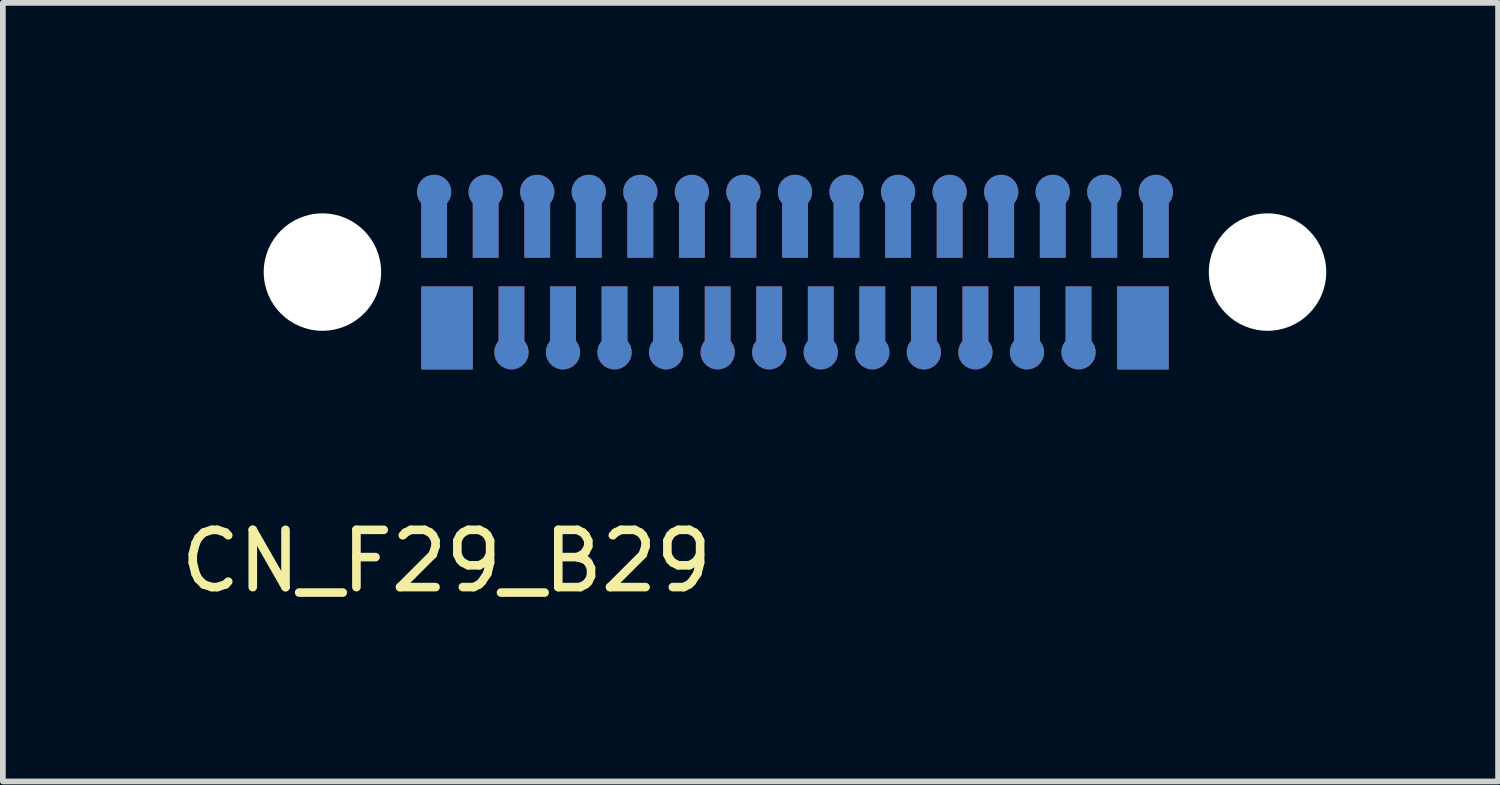
<source format=kicad_pcb>
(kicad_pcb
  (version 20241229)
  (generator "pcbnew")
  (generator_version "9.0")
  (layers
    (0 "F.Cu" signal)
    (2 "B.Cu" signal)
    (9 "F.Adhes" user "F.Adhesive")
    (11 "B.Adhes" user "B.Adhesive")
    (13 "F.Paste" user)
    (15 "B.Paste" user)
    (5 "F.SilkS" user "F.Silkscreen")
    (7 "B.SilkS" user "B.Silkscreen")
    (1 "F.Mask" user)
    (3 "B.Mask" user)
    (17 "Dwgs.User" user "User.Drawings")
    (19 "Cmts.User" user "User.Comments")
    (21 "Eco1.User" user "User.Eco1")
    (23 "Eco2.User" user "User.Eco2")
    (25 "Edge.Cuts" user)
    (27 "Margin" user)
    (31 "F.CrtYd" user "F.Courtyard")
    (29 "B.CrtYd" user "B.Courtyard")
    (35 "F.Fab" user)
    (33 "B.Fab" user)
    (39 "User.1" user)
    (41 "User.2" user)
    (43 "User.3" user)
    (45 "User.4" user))
  (footprint "CN_F29_B29"
    (layer "F.Cu")
    (at 4.754 2.675)
    (property "Reference" "CN_F29_B29" (at -0.01 4.07 0) (layer "F.SilkS") (effects (font (size 1 1) (thickness 0.15))))
    (attr smd)
    (pad "" np_thru_hole circle (at -2.175 -0.975) (size 2.05 2.05) (drill 2.05) (layers "*.Cu" "*.Mask"))
    (pad "" np_thru_hole circle (at 14.325 -0.975) (size 2.05 2.05) (drill 2.05) (layers "*.Cu" "*.Mask"))
    (pad "B1" smd rect (at 0 0) (size 0.9 1.45) (layers "B.Cu" "B.Mask"))
    (pad "B2" smd custom (at -0.225 -1.8) (size 0.45 1.15) (layers "B.Cu" "B.Mask") (options (anchor rect)) (primitives (gr_circle (center 0 -0.575) (end 0.3 -0.575) (width 0) (fill yes))))
    (pad "B3" smd custom (at 1.125 -0.15 180) (size 0.45 1.15) (layers "B.Cu" "B.Mask") (options (anchor rect)) (primitives (gr_circle (center 0 -0.575) (end 0.3 -0.575) (width 0) (fill yes))))
    (pad "B4" smd custom (at 0.675 -1.8) (size 0.45 1.15) (layers "B.Cu" "B.Mask") (options (anchor rect)) (primitives (gr_circle (center 0 -0.575) (end 0.3 -0.575) (width 0) (fill yes))))
    (pad "B5" smd custom (at 2.025 -0.15 180) (size 0.45 1.15) (layers "B.Cu" "B.Mask") (options (anchor rect)) (primitives (gr_circle (center 0 -0.575) (end 0.3 -0.575) (width 0) (fill yes))))
    (pad "B6" smd custom (at 1.575 -1.8) (size 0.45 1.15) (layers "B.Cu" "B.Mask") (options (anchor rect)) (primitives (gr_circle (center 0 -0.575) (end 0.3 -0.575) (width 0) (fill yes))))
    (pad "B7" smd custom (at 2.925 -0.15 180) (size 0.45 1.15) (layers "B.Cu" "B.Mask") (options (anchor rect)) (primitives (gr_circle (center 0 -0.575) (end 0.3 -0.575) (width 0) (fill yes))))
    (pad "B8" smd custom (at 2.475 -1.8) (size 0.45 1.15) (layers "B.Cu" "B.Mask") (options (anchor rect)) (primitives (gr_circle (center 0 -0.575) (end 0.3 -0.575) (width 0) (fill yes))))
    (pad "B9" smd custom (at 3.825 -0.15 180) (size 0.45 1.15) (layers "B.Cu" "B.Mask") (options (anchor rect)) (primitives (gr_circle (center 0 -0.575) (end 0.3 -0.575) (width 0) (fill yes))))
    (pad "B10" smd custom (at 3.375 -1.8) (size 0.45 1.15) (layers "B.Cu" "B.Mask") (options (anchor rect)) (primitives (gr_circle (center 0 -0.575) (end 0.3 -0.575) (width 0) (fill yes))))
    (pad "B11" smd custom (at 4.725 -0.15 180) (size 0.45 1.15) (layers "B.Cu" "B.Mask") (options (anchor rect)) (primitives (gr_circle (center 0 -0.575) (end 0.3 -0.575) (width 0) (fill yes))))
    (pad "B12" smd custom (at 4.275 -1.8) (size 0.45 1.15) (layers "B.Cu" "B.Mask") (options (anchor rect)) (primitives (gr_circle (center 0 -0.575) (end 0.3 -0.575) (width 0) (fill yes))))
    (pad "B13" smd custom (at 5.625 -0.15 180) (size 0.45 1.15) (layers "B.Cu" "B.Mask") (options (anchor rect)) (primitives (gr_circle (center 0 -0.575) (end 0.3 -0.575) (width 0) (fill yes))))
    (pad "B14" smd custom (at 5.175 -1.8) (size 0.45 1.15) (layers "B.Cu" "B.Mask") (options (anchor rect)) (primitives (gr_circle (center 0 -0.575) (end 0.3 -0.575) (width 0) (fill yes))))
    (pad "B15" smd custom (at 6.525 -0.15 180) (size 0.45 1.15) (layers "B.Cu" "B.Mask") (options (anchor rect)) (primitives (gr_circle (center 0 -0.575) (end 0.3 -0.575) (width 0) (fill yes))))
    (pad "B16" smd custom (at 6.075 -1.8) (size 0.45 1.15) (layers "B.Cu" "B.Mask") (options (anchor rect)) (primitives (gr_circle (center 0 -0.575) (end 0.3 -0.575) (width 0) (fill yes))))
    (pad "B17" smd custom (at 7.425 -0.15 180) (size 0.45 1.15) (layers "B.Cu" "B.Mask") (options (anchor rect)) (primitives (gr_circle (center 0 -0.575) (end 0.3 -0.575) (width 0) (fill yes))))
    (pad "B18" smd custom (at 6.975 -1.8) (size 0.45 1.15) (layers "B.Cu" "B.Mask") (options (anchor rect)) (primitives (gr_circle (center 0 -0.575) (end 0.3 -0.575) (width 0) (fill yes))))
    (pad "B19" smd custom (at 8.325 -0.15 180) (size 0.45 1.15) (layers "B.Cu" "B.Mask") (options (anchor rect)) (primitives (gr_circle (center 0 -0.575) (end 0.3 -0.575) (width 0) (fill yes))))
    (pad "B20" smd custom (at 7.875 -1.8) (size 0.45 1.15) (layers "B.Cu" "B.Mask") (options (anchor rect)) (primitives (gr_circle (center 0 -0.575) (end 0.3 -0.575) (width 0) (fill yes))))
    (pad "B21" smd custom (at 9.225 -0.15 180) (size 0.45 1.15) (layers "B.Cu" "B.Mask") (options (anchor rect)) (primitives (gr_circle (center 0 -0.575) (end 0.3 -0.575) (width 0) (fill yes))))
    (pad "B22" smd custom (at 8.775 -1.8) (size 0.45 1.15) (layers "B.Cu" "B.Mask") (options (anchor rect)) (primitives (gr_circle (center 0 -0.575) (end 0.3 -0.575) (width 0) (fill yes))))
    (pad "B23" smd custom (at 10.125 -0.15 180) (size 0.45 1.15) (layers "B.Cu" "B.Mask") (options (anchor rect)) (primitives (gr_circle (center 0 -0.575) (end 0.3 -0.575) (width 0) (fill yes))))
    (pad "B24" smd custom (at 9.675 -1.8) (size 0.45 1.15) (layers "B.Cu" "B.Mask") (options (anchor rect)) (primitives (gr_circle (center 0 -0.575) (end 0.3 -0.575) (width 0) (fill yes))))
    (pad "B25" smd custom (at 11.025 -0.15 180) (size 0.45 1.15) (layers "B.Cu" "B.Mask") (options (anchor rect)) (primitives (gr_circle (center 0 -0.575) (end 0.3 -0.575) (width 0) (fill yes))))
    (pad "B26" smd custom (at 10.575 -1.8) (size 0.45 1.15) (layers "B.Cu" "B.Mask") (options (anchor rect)) (primitives (gr_circle (center 0 -0.575) (end 0.3 -0.575) (width 0) (fill yes))))
    (pad "B27" smd rect (at 12.15 0) (size 0.9 1.45) (layers "B.Cu" "B.Mask"))
    (pad "B28" smd custom (at 11.475 -1.8) (size 0.45 1.15) (layers "B.Cu" "B.Mask") (options (anchor rect)) (primitives (gr_circle (center 0 -0.575) (end 0.3 -0.575) (width 0) (fill yes))))
    (pad "B29" smd custom (at 12.375 -1.8) (size 0.45 1.15) (layers "B.Cu" "B.Mask") (options (anchor rect)) (primitives (gr_circle (center 0 -0.575) (end 0.3 -0.575) (width 0) (fill yes))))
    (pad "F1" smd rect (at 0 0) (size 0.9 1.45) (layers "F.Cu" "F.Mask"))
    (pad "F2" smd custom (at -0.225 -1.8) (size 0.45 1.15) (layers "F.Cu" "F.Mask") (options (anchor rect)) (primitives (gr_circle (center 0 -0.575) (end 0.3 -0.575) (width 0) (fill yes))))
    (pad "F3" smd custom (at 1.125 -0.15 180) (size 0.45 1.15) (layers "F.Cu" "F.Mask") (options (anchor rect)) (primitives (gr_circle (center 0 -0.575) (end 0.3 -0.575) (width 0) (fill yes))))
    (pad "F4" smd custom (at 0.675 -1.8) (size 0.45 1.15) (layers "F.Cu" "F.Mask") (options (anchor rect)) (primitives (gr_circle (center 0 -0.575) (end 0.3 -0.575) (width 0) (fill yes))))
    (pad "F5" smd custom (at 2.025 -0.15 180) (size 0.45 1.15) (layers "F.Cu" "F.Mask") (options (anchor rect)) (primitives (gr_circle (center 0 -0.575) (end 0.3 -0.575) (width 0) (fill yes))))
    (pad "F6" smd custom (at 1.575 -1.8) (size 0.45 1.15) (layers "F.Cu" "F.Mask") (options (anchor rect)) (primitives (gr_circle (center 0 -0.575) (end 0.3 -0.575) (width 0) (fill yes))))
    (pad "F7" smd custom (at 2.925 -0.15 180) (size 0.45 1.15) (layers "F.Cu" "F.Mask") (options (anchor rect)) (primitives (gr_circle (center 0 -0.575) (end 0.3 -0.575) (width 0) (fill yes))))
    (pad "F8" smd custom (at 2.475 -1.8) (size 0.45 1.15) (layers "F.Cu" "F.Mask") (options (anchor rect)) (primitives (gr_circle (center 0 -0.575) (end 0.3 -0.575) (width 0) (fill yes))))
    (pad "F9" smd custom (at 3.825 -0.15 180) (size 0.45 1.15) (layers "F.Cu" "F.Mask") (options (anchor rect)) (primitives (gr_circle (center 0 -0.575) (end 0.3 -0.575) (width 0) (fill yes))))
    (pad "F10" smd custom (at 3.375 -1.8) (size 0.45 1.15) (layers "F.Cu" "F.Mask") (options (anchor rect)) (primitives (gr_circle (center 0 -0.575) (end 0.3 -0.575) (width 0) (fill yes))))
    (pad "F11" smd custom (at 4.725 -0.15 180) (size 0.45 1.15) (layers "F.Cu" "F.Mask") (options (anchor rect)) (primitives (gr_circle (center 0 -0.575) (end 0.3 -0.575) (width 0) (fill yes))))
    (pad "F12" smd custom (at 4.275 -1.8) (size 0.45 1.15) (layers "F.Cu" "F.Mask") (options (anchor rect)) (primitives (gr_circle (center 0 -0.575) (end 0.3 -0.575) (width 0) (fill yes))))
    (pad "F13" smd custom (at 5.625 -0.15 180) (size 0.45 1.15) (layers "F.Cu" "F.Mask") (options (anchor rect)) (primitives (gr_circle (center 0 -0.575) (end 0.3 -0.575) (width 0) (fill yes))))
    (pad "F14" smd custom (at 5.175 -1.8) (size 0.45 1.15) (layers "F.Cu" "F.Mask") (options (anchor rect)) (primitives (gr_circle (center 0 -0.575) (end 0.3 -0.575) (width 0) (fill yes))))
    (pad "F15" smd custom (at 6.525 -0.15 180) (size 0.45 1.15) (layers "F.Cu" "F.Mask") (options (anchor rect)) (primitives (gr_circle (center 0 -0.575) (end 0.3 -0.575) (width 0) (fill yes))))
    (pad "F16" smd custom (at 6.075 -1.8) (size 0.45 1.15) (layers "F.Cu" "F.Mask") (options (anchor rect)) (primitives (gr_circle (center 0 -0.575) (end 0.3 -0.575) (width 0) (fill yes))))
    (pad "F17" smd custom (at 7.425 -0.15 180) (size 0.45 1.15) (layers "F.Cu" "F.Mask") (options (anchor rect)) (primitives (gr_circle (center 0 -0.575) (end 0.3 -0.575) (width 0) (fill yes))))
    (pad "F18" smd custom (at 6.975 -1.8) (size 0.45 1.15) (layers "F.Cu" "F.Mask") (options (anchor rect)) (primitives (gr_circle (center 0 -0.575) (end 0.3 -0.575) (width 0) (fill yes))))
    (pad "F19" smd custom (at 8.325 -0.15 180) (size 0.45 1.15) (layers "F.Cu" "F.Mask") (options (anchor rect)) (primitives (gr_circle (center 0 -0.575) (end 0.3 -0.575) (width 0) (fill yes))))
    (pad "F20" smd custom (at 7.875 -1.8) (size 0.45 1.15) (layers "F.Cu" "F.Mask") (options (anchor rect)) (primitives (gr_circle (center 0 -0.575) (end 0.3 -0.575) (width 0) (fill yes))))
    (pad "F21" smd custom (at 9.225 -0.15 180) (size 0.45 1.15) (layers "F.Cu" "F.Mask") (options (anchor rect)) (primitives (gr_circle (center 0 -0.575) (end 0.3 -0.575) (width 0) (fill yes))))
    (pad "F22" smd custom (at 8.775 -1.8) (size 0.45 1.15) (layers "F.Cu" "F.Mask") (options (anchor rect)) (primitives (gr_circle (center 0 -0.575) (end 0.3 -0.575) (width 0) (fill yes))))
    (pad "F23" smd custom (at 10.125 -0.15 180) (size 0.45 1.15) (layers "F.Cu" "F.Mask") (options (anchor rect)) (primitives (gr_circle (center 0 -0.575) (end 0.3 -0.575) (width 0) (fill yes))))
    (pad "F24" smd custom (at 9.675 -1.8) (size 0.45 1.15) (layers "F.Cu" "F.Mask") (options (anchor rect)) (primitives (gr_circle (center 0 -0.575) (end 0.3 -0.575) (width 0) (fill yes))))
    (pad "F25" smd custom (at 11.025 -0.15 180) (size 0.45 1.15) (layers "F.Cu" "F.Mask") (options (anchor rect)) (primitives (gr_circle (center 0 -0.575) (end 0.3 -0.575) (width 0) (fill yes))))
    (pad "F26" smd custom (at 10.575 -1.8) (size 0.45 1.15) (layers "F.Cu" "F.Mask") (options (anchor rect)) (primitives (gr_circle (center 0 -0.575) (end 0.3 -0.575) (width 0) (fill yes))))
    (pad "F27" smd rect (at 12.15 0) (size 0.9 1.45) (layers "F.Cu" "F.Mask"))
    (pad "F28" smd custom (at 11.475 -1.8) (size 0.45 1.15) (layers "F.Cu" "F.Mask") (options (anchor rect)) (primitives (gr_circle (center 0 -0.575) (end 0.3 -0.575) (width 0) (fill yes))))
    (pad "F29" smd custom (at 12.375 -1.8) (size 0.45 1.15) (layers "F.Cu" "F.Mask") (options (anchor rect)) (primitives (gr_circle (center 0 -0.575) (end 0.3 -0.575) (width 0) (fill yes)))))
  (gr_rect
    (start -3 -3)
    (end 23.104 10.593)
    (stroke (width 0.1) (type default))
    (fill no)
    (layer "Edge.Cuts")))
</source>
